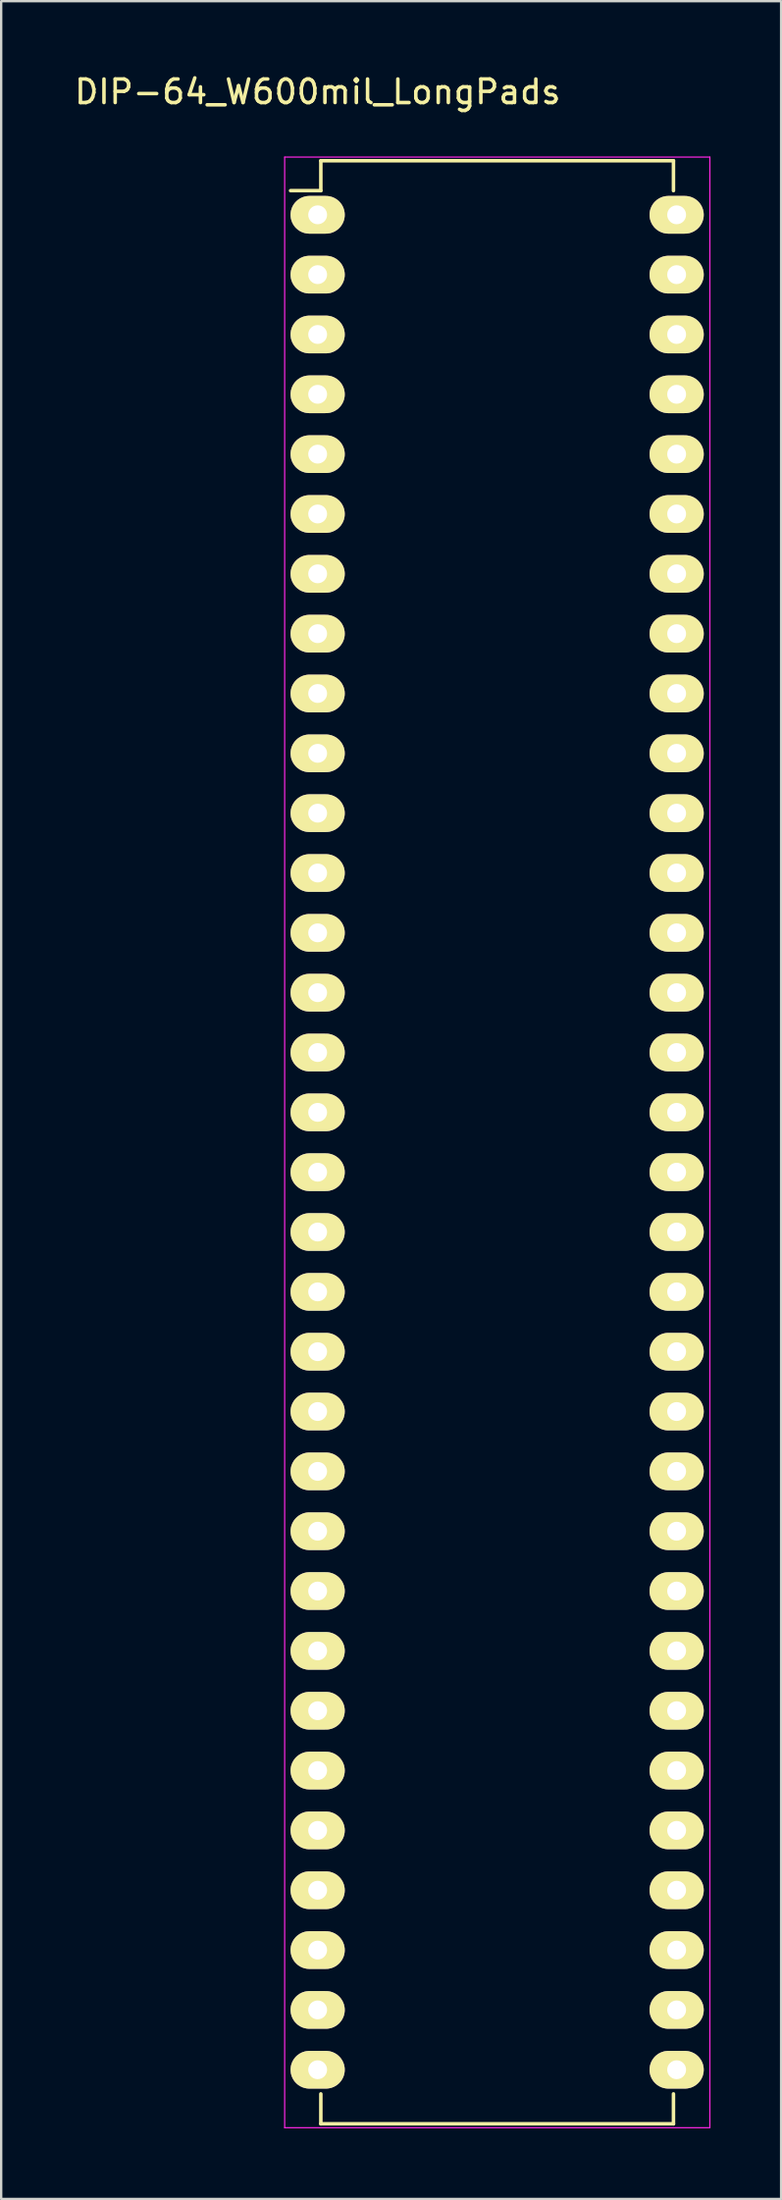
<source format=kicad_pcb>
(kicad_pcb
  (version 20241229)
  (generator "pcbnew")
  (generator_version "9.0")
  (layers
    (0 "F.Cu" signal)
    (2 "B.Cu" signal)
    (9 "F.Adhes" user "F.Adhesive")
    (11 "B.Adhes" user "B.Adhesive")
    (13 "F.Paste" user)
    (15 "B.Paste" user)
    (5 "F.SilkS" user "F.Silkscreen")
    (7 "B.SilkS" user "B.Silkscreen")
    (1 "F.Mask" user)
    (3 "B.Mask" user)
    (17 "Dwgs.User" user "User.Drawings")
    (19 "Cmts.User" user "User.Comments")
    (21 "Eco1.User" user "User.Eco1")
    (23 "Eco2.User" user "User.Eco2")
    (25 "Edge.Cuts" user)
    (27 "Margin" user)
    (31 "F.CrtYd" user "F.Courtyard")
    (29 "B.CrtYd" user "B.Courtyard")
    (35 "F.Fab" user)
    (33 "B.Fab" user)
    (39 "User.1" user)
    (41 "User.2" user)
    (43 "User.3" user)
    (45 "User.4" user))
  (footprint "DIP-64_W600mil_LongPads"
    (layer "F.Cu")
    (at 10.435 6.068)
    (property "Reference" "DIP-64_W600mil_LongPads" (at 0 -5.22 0) (layer "F.SilkS") (effects (font (size 1 1) (thickness 0.15))))
    (attr through_hole)
    (fp_line (start 0.135 -2.295) (end 0.135 -1.025) (stroke (width 0.15) (type solid)) (layer "F.SilkS"))
    (fp_line (start 0.135 -2.295) (end 15.105 -2.295) (stroke (width 0.15) (type solid)) (layer "F.SilkS"))
    (fp_line (start 0.135 -1.025) (end -1.15 -1.025) (stroke (width 0.15) (type solid)) (layer "F.SilkS"))
    (fp_line (start 0.135 81.035) (end 0.135 79.765) (stroke (width 0.15) (type solid)) (layer "F.SilkS"))
    (fp_line (start 0.135 81.035) (end 15.105 81.035) (stroke (width 0.15) (type solid)) (layer "F.SilkS"))
    (fp_line (start 15.105 -2.295) (end 15.105 -1.025) (stroke (width 0.15) (type solid)) (layer "F.SilkS"))
    (fp_line (start 15.105 81.035) (end 15.105 79.765) (stroke (width 0.15) (type solid)) (layer "F.SilkS"))
    (fp_line (start -1.4 -2.45) (end -1.4 81.2) (stroke (width 0.05) (type solid)) (layer "F.CrtYd"))
    (fp_line (start -1.4 -2.45) (end 16.65 -2.45) (stroke (width 0.05) (type solid)) (layer "F.CrtYd"))
    (fp_line (start -1.4 81.2) (end 16.65 81.2) (stroke (width 0.05) (type solid)) (layer "F.CrtYd"))
    (fp_line (start 16.65 -2.45) (end 16.65 81.2) (stroke (width 0.05) (type solid)) (layer "F.CrtYd"))
    (pad "1" thru_hole oval (at 0 0) (size 2.3 1.6) (drill 0.8) (layers "*.Cu" "*.Mask" "F.SilkS"))
    (pad "2" thru_hole oval (at 0 2.54) (size 2.3 1.6) (drill 0.8) (layers "*.Cu" "*.Mask" "F.SilkS"))
    (pad "3" thru_hole oval (at 0 5.08) (size 2.3 1.6) (drill 0.8) (layers "*.Cu" "*.Mask" "F.SilkS"))
    (pad "4" thru_hole oval (at 0 7.62) (size 2.3 1.6) (drill 0.8) (layers "*.Cu" "*.Mask" "F.SilkS"))
    (pad "5" thru_hole oval (at 0 10.16) (size 2.3 1.6) (drill 0.8) (layers "*.Cu" "*.Mask" "F.SilkS"))
    (pad "6" thru_hole oval (at 0 12.7) (size 2.3 1.6) (drill 0.8) (layers "*.Cu" "*.Mask" "F.SilkS"))
    (pad "7" thru_hole oval (at 0 15.24) (size 2.3 1.6) (drill 0.8) (layers "*.Cu" "*.Mask" "F.SilkS"))
    (pad "8" thru_hole oval (at 0 17.78) (size 2.3 1.6) (drill 0.8) (layers "*.Cu" "*.Mask" "F.SilkS"))
    (pad "9" thru_hole oval (at 0 20.32) (size 2.3 1.6) (drill 0.8) (layers "*.Cu" "*.Mask" "F.SilkS"))
    (pad "10" thru_hole oval (at 0 22.86) (size 2.3 1.6) (drill 0.8) (layers "*.Cu" "*.Mask" "F.SilkS"))
    (pad "11" thru_hole oval (at 0 25.4) (size 2.3 1.6) (drill 0.8) (layers "*.Cu" "*.Mask" "F.SilkS"))
    (pad "12" thru_hole oval (at 0 27.94) (size 2.3 1.6) (drill 0.8) (layers "*.Cu" "*.Mask" "F.SilkS"))
    (pad "13" thru_hole oval (at 0 30.48) (size 2.3 1.6) (drill 0.8) (layers "*.Cu" "*.Mask" "F.SilkS"))
    (pad "14" thru_hole oval (at 0 33.02) (size 2.3 1.6) (drill 0.8) (layers "*.Cu" "*.Mask" "F.SilkS"))
    (pad "15" thru_hole oval (at 0 35.56) (size 2.3 1.6) (drill 0.8) (layers "*.Cu" "*.Mask" "F.SilkS"))
    (pad "16" thru_hole oval (at 0 38.1) (size 2.3 1.6) (drill 0.8) (layers "*.Cu" "*.Mask" "F.SilkS"))
    (pad "17" thru_hole oval (at 0 40.64) (size 2.3 1.6) (drill 0.8) (layers "*.Cu" "*.Mask" "F.SilkS"))
    (pad "18" thru_hole oval (at 0 43.18) (size 2.3 1.6) (drill 0.8) (layers "*.Cu" "*.Mask" "F.SilkS"))
    (pad "19" thru_hole oval (at 0 45.72) (size 2.3 1.6) (drill 0.8) (layers "*.Cu" "*.Mask" "F.SilkS"))
    (pad "20" thru_hole oval (at 0 48.26) (size 2.3 1.6) (drill 0.8) (layers "*.Cu" "*.Mask" "F.SilkS"))
    (pad "21" thru_hole oval (at 0 50.8) (size 2.3 1.6) (drill 0.8) (layers "*.Cu" "*.Mask" "F.SilkS"))
    (pad "22" thru_hole oval (at 0 53.34) (size 2.3 1.6) (drill 0.8) (layers "*.Cu" "*.Mask" "F.SilkS"))
    (pad "23" thru_hole oval (at 0 55.88) (size 2.3 1.6) (drill 0.8) (layers "*.Cu" "*.Mask" "F.SilkS"))
    (pad "24" thru_hole oval (at 0 58.42) (size 2.3 1.6) (drill 0.8) (layers "*.Cu" "*.Mask" "F.SilkS"))
    (pad "25" thru_hole oval (at 0 60.96) (size 2.3 1.6) (drill 0.8) (layers "*.Cu" "*.Mask" "F.SilkS"))
    (pad "26" thru_hole oval (at 0 63.5) (size 2.3 1.6) (drill 0.8) (layers "*.Cu" "*.Mask" "F.SilkS"))
    (pad "27" thru_hole oval (at 0 66.04) (size 2.3 1.6) (drill 0.8) (layers "*.Cu" "*.Mask" "F.SilkS"))
    (pad "28" thru_hole oval (at 0 68.58) (size 2.3 1.6) (drill 0.8) (layers "*.Cu" "*.Mask" "F.SilkS"))
    (pad "29" thru_hole oval (at 0 71.12) (size 2.3 1.6) (drill 0.8) (layers "*.Cu" "*.Mask" "F.SilkS"))
    (pad "30" thru_hole oval (at 0 73.66) (size 2.3 1.6) (drill 0.8) (layers "*.Cu" "*.Mask" "F.SilkS"))
    (pad "31" thru_hole oval (at 0 76.2) (size 2.3 1.6) (drill 0.8) (layers "*.Cu" "*.Mask" "F.SilkS"))
    (pad "32" thru_hole oval (at 0 78.74) (size 2.3 1.6) (drill 0.8) (layers "*.Cu" "*.Mask" "F.SilkS"))
    (pad "33" thru_hole oval (at 15.24 78.74) (size 2.3 1.6) (drill 0.8) (layers "*.Cu" "*.Mask" "F.SilkS"))
    (pad "34" thru_hole oval (at 15.24 76.2) (size 2.3 1.6) (drill 0.8) (layers "*.Cu" "*.Mask" "F.SilkS"))
    (pad "35" thru_hole oval (at 15.24 73.66) (size 2.3 1.6) (drill 0.8) (layers "*.Cu" "*.Mask" "F.SilkS"))
    (pad "36" thru_hole oval (at 15.24 71.12) (size 2.3 1.6) (drill 0.8) (layers "*.Cu" "*.Mask" "F.SilkS"))
    (pad "37" thru_hole oval (at 15.24 68.58) (size 2.3 1.6) (drill 0.8) (layers "*.Cu" "*.Mask" "F.SilkS"))
    (pad "38" thru_hole oval (at 15.24 66.04) (size 2.3 1.6) (drill 0.8) (layers "*.Cu" "*.Mask" "F.SilkS"))
    (pad "39" thru_hole oval (at 15.24 63.5) (size 2.3 1.6) (drill 0.8) (layers "*.Cu" "*.Mask" "F.SilkS"))
    (pad "40" thru_hole oval (at 15.24 60.96) (size 2.3 1.6) (drill 0.8) (layers "*.Cu" "*.Mask" "F.SilkS"))
    (pad "41" thru_hole oval (at 15.24 58.42) (size 2.3 1.6) (drill 0.8) (layers "*.Cu" "*.Mask" "F.SilkS"))
    (pad "42" thru_hole oval (at 15.24 55.88) (size 2.3 1.6) (drill 0.8) (layers "*.Cu" "*.Mask" "F.SilkS"))
    (pad "43" thru_hole oval (at 15.24 53.34) (size 2.3 1.6) (drill 0.8) (layers "*.Cu" "*.Mask" "F.SilkS"))
    (pad "44" thru_hole oval (at 15.24 50.8) (size 2.3 1.6) (drill 0.8) (layers "*.Cu" "*.Mask" "F.SilkS"))
    (pad "45" thru_hole oval (at 15.24 48.26) (size 2.3 1.6) (drill 0.8) (layers "*.Cu" "*.Mask" "F.SilkS"))
    (pad "46" thru_hole oval (at 15.24 45.72) (size 2.3 1.6) (drill 0.8) (layers "*.Cu" "*.Mask" "F.SilkS"))
    (pad "47" thru_hole oval (at 15.24 43.18) (size 2.3 1.6) (drill 0.8) (layers "*.Cu" "*.Mask" "F.SilkS"))
    (pad "48" thru_hole oval (at 15.24 40.64) (size 2.3 1.6) (drill 0.8) (layers "*.Cu" "*.Mask" "F.SilkS"))
    (pad "49" thru_hole oval (at 15.24 38.1) (size 2.3 1.6) (drill 0.8) (layers "*.Cu" "*.Mask" "F.SilkS"))
    (pad "50" thru_hole oval (at 15.24 35.56) (size 2.3 1.6) (drill 0.8) (layers "*.Cu" "*.Mask" "F.SilkS"))
    (pad "51" thru_hole oval (at 15.24 33.02) (size 2.3 1.6) (drill 0.8) (layers "*.Cu" "*.Mask" "F.SilkS"))
    (pad "52" thru_hole oval (at 15.24 30.48) (size 2.3 1.6) (drill 0.8) (layers "*.Cu" "*.Mask" "F.SilkS"))
    (pad "53" thru_hole oval (at 15.24 27.94) (size 2.3 1.6) (drill 0.8) (layers "*.Cu" "*.Mask" "F.SilkS"))
    (pad "54" thru_hole oval (at 15.24 25.4) (size 2.3 1.6) (drill 0.8) (layers "*.Cu" "*.Mask" "F.SilkS"))
    (pad "55" thru_hole oval (at 15.24 22.86) (size 2.3 1.6) (drill 0.8) (layers "*.Cu" "*.Mask" "F.SilkS"))
    (pad "56" thru_hole oval (at 15.24 20.32) (size 2.3 1.6) (drill 0.8) (layers "*.Cu" "*.Mask" "F.SilkS"))
    (pad "57" thru_hole oval (at 15.24 17.78) (size 2.3 1.6) (drill 0.8) (layers "*.Cu" "*.Mask" "F.SilkS"))
    (pad "58" thru_hole oval (at 15.24 15.24) (size 2.3 1.6) (drill 0.8) (layers "*.Cu" "*.Mask" "F.SilkS"))
    (pad "59" thru_hole oval (at 15.24 12.7) (size 2.3 1.6) (drill 0.8) (layers "*.Cu" "*.Mask" "F.SilkS"))
    (pad "60" thru_hole oval (at 15.24 10.16) (size 2.3 1.6) (drill 0.8) (layers "*.Cu" "*.Mask" "F.SilkS"))
    (pad "61" thru_hole oval (at 15.24 7.62) (size 2.3 1.6) (drill 0.8) (layers "*.Cu" "*.Mask" "F.SilkS"))
    (pad "62" thru_hole oval (at 15.24 5.08) (size 2.3 1.6) (drill 0.8) (layers "*.Cu" "*.Mask" "F.SilkS"))
    (pad "63" thru_hole oval (at 15.24 2.54) (size 2.3 1.6) (drill 0.8) (layers "*.Cu" "*.Mask" "F.SilkS"))
    (pad "64" thru_hole oval (at 15.24 0) (size 2.3 1.6) (drill 0.8) (layers "*.Cu" "*.Mask" "F.SilkS")))
  (gr_rect
    (start -3 -3)
    (end 30.11 90.293)
    (stroke (width 0.1) (type default))
    (fill no)
    (layer "Edge.Cuts")))
</source>
